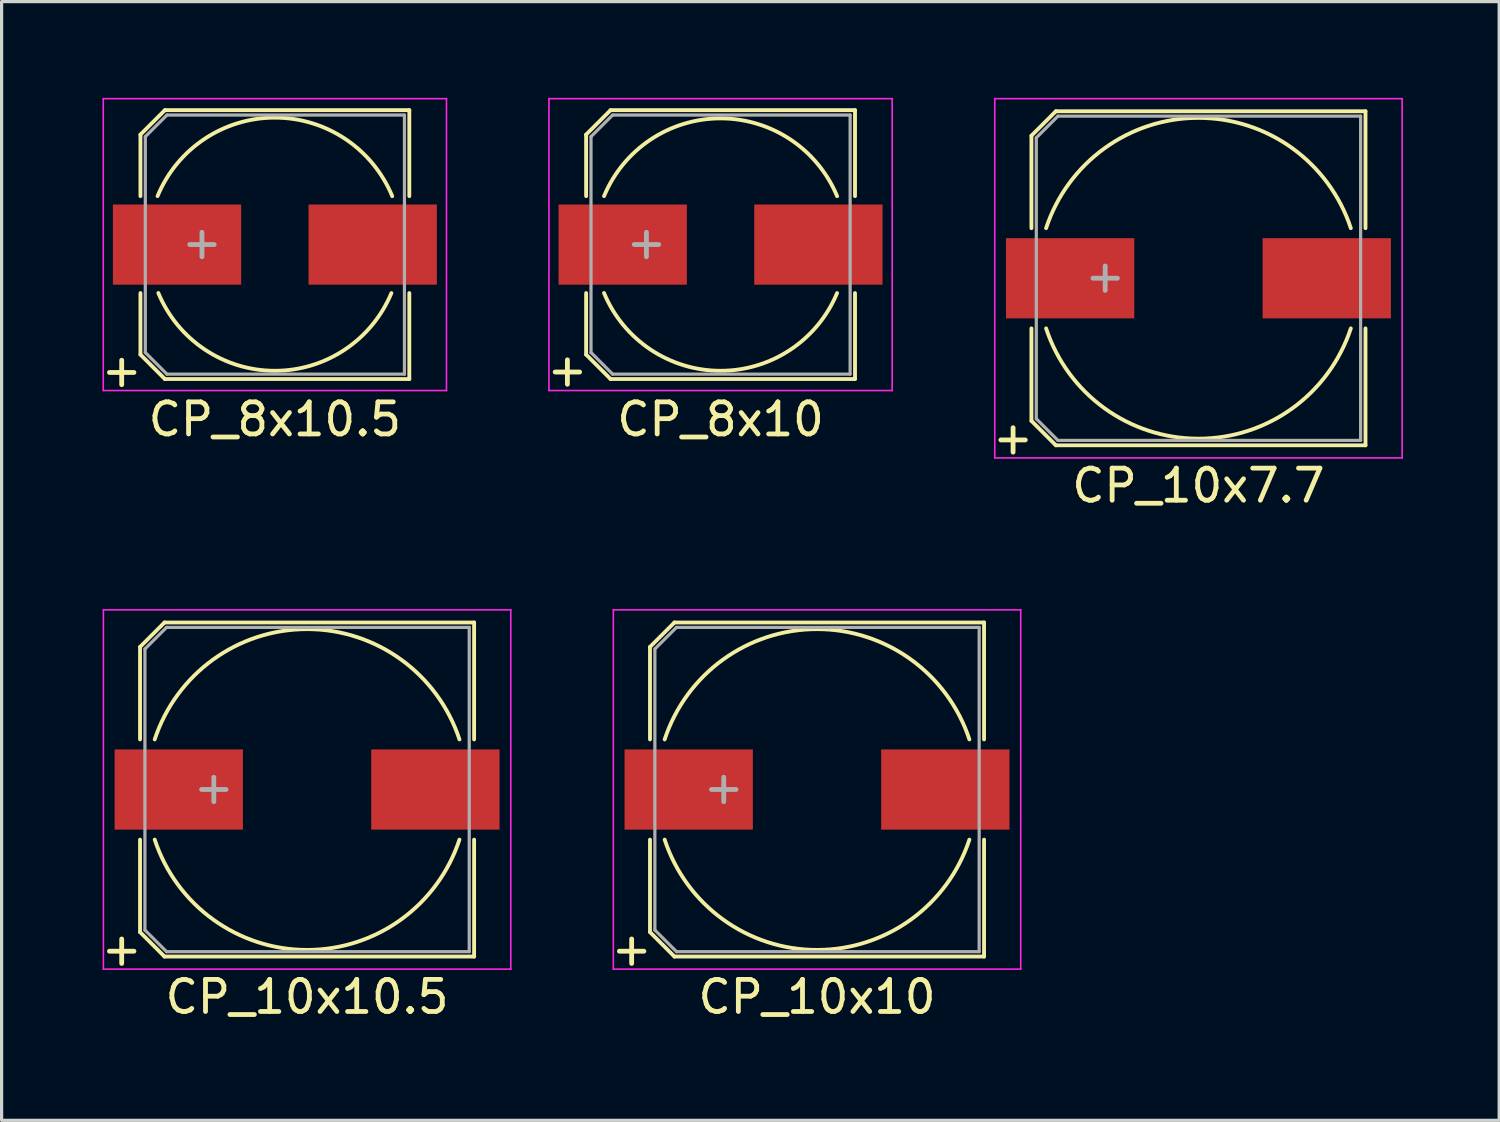
<source format=kicad_pcb>
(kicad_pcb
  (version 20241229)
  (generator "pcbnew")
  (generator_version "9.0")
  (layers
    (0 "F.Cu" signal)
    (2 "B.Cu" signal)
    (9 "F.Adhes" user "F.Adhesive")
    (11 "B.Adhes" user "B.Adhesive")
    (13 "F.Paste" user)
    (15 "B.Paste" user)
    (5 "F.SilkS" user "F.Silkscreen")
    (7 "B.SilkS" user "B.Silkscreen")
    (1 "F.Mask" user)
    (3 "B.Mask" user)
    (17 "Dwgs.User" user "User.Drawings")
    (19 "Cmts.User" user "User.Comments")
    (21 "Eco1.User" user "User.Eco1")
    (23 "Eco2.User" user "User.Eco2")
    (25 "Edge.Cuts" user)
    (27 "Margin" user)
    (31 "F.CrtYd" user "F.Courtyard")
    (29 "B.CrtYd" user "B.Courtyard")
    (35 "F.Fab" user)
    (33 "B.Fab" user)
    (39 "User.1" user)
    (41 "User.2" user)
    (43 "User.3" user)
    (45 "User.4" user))
  (footprint "CP_10x10.5"
    (layer "F.Cu")
    (at 6.523 21.563)
    (property "Reference" "CP_10x10.5" (at 0 6.464 0) (layer "F.SilkS") (effects (font (size 1 1) (thickness 0.15))))
    (attr smd)
    (fp_line (start -5.207 -4.445) (end -5.207 -1.562) (stroke (width 0.12) (type solid)) (layer "F.SilkS"))
    (fp_line (start -5.207 -4.445) (end -4.445 -5.207) (stroke (width 0.12) (type solid)) (layer "F.SilkS"))
    (fp_line (start -5.207 4.445) (end -5.207 1.562) (stroke (width 0.12) (type solid)) (layer "F.SilkS"))
    (fp_line (start -4.445 -5.207) (end 5.207 -5.207) (stroke (width 0.12) (type solid)) (layer "F.SilkS"))
    (fp_line (start -4.445 5.207) (end -5.207 4.445) (stroke (width 0.12) (type solid)) (layer "F.SilkS"))
    (fp_line (start 5.207 -5.207) (end 5.207 -1.562) (stroke (width 0.12) (type solid)) (layer "F.SilkS"))
    (fp_line (start 5.207 5.207) (end -4.445 5.207) (stroke (width 0.12) (type solid)) (layer "F.SilkS"))
    (fp_line (start 5.207 5.207) (end 5.207 1.562) (stroke (width 0.12) (type solid)) (layer "F.SilkS"))
    (fp_arc (start -4.7498 -1.5621) (mid 0 -5.000076) (end 4.7498 -1.5621) (stroke (width 0.12) (type solid)) (layer "F.SilkS"))
    (fp_arc (start 4.7498 1.5621) (mid 0 5.000076) (end -4.7498 1.5621) (stroke (width 0.12) (type solid)) (layer "F.SilkS"))
    (fp_line (start -6.35 -5.6) (end -6.35 5.6) (stroke (width 0.05) (type solid)) (layer "F.CrtYd"))
    (fp_line (start -6.35 5.6) (end 6.35 5.6) (stroke (width 0.05) (type solid)) (layer "F.CrtYd"))
    (fp_line (start 6.35 -5.6) (end -6.35 -5.6) (stroke (width 0.05) (type solid)) (layer "F.CrtYd"))
    (fp_line (start 6.35 5.6) (end 6.35 -5.6) (stroke (width 0.05) (type solid)) (layer "F.CrtYd"))
    (fp_line (start -5.055 -4.381) (end -5.055 4.381) (stroke (width 0.1) (type solid)) (layer "F.Fab"))
    (fp_line (start -5.055 4.381) (end -4.381 5.055) (stroke (width 0.1) (type solid)) (layer "F.Fab"))
    (fp_line (start -4.381 -5.055) (end -5.055 -4.381) (stroke (width 0.1) (type solid)) (layer "F.Fab"))
    (fp_line (start -4.381 5.055) (end 5.055 5.055) (stroke (width 0.1) (type solid)) (layer "F.Fab"))
    (fp_line (start 5.055 -5.055) (end -4.381 -5.055) (stroke (width 0.1) (type solid)) (layer "F.Fab"))
    (fp_line (start 5.055 5.055) (end 5.055 -5.055) (stroke (width 0.1) (type solid)) (layer "F.Fab"))
    (fp_text user "+" (at -5.779 4.966 0) (layer "F.SilkS") (effects (font (size 1 1) (thickness 0.15))))
    (fp_text user "+" (at -2.908 -0.076 0) (layer "F.Fab") (effects (font (size 1 1) (thickness 0.15))))
    (pad "1" smd rect (at -4 0 180) (size 4 2.5) (layers "F.Cu" "F.Mask" "F.Paste"))
    (pad "2" smd rect (at 4 0 180) (size 4 2.5) (layers "F.Cu" "F.Mask" "F.Paste")))
  (footprint "CP_8x10.5"
    (layer "F.Cu")
    (at 5.519 4.575)
    (property "Reference" "CP_8x10.5" (at 0 5.448 0) (layer "F.SilkS") (effects (font (size 1 1) (thickness 0.15))))
    (attr smd)
    (fp_line (start -4.191 -3.429) (end -4.191 -1.511) (stroke (width 0.12) (type solid)) (layer "F.SilkS"))
    (fp_line (start -4.191 -3.429) (end -3.429 -4.191) (stroke (width 0.12) (type solid)) (layer "F.SilkS"))
    (fp_line (start -4.191 3.429) (end -4.191 1.511) (stroke (width 0.12) (type solid)) (layer "F.SilkS"))
    (fp_line (start -3.429 -4.191) (end 4.191 -4.191) (stroke (width 0.12) (type solid)) (layer "F.SilkS"))
    (fp_line (start -3.429 4.191) (end -4.191 3.429) (stroke (width 0.12) (type solid)) (layer "F.SilkS"))
    (fp_line (start 4.191 -4.191) (end 4.191 -1.511) (stroke (width 0.12) (type solid)) (layer "F.SilkS"))
    (fp_line (start 4.191 4.191) (end -3.429 4.191) (stroke (width 0.12) (type solid)) (layer "F.SilkS"))
    (fp_line (start 4.191 4.191) (end 4.191 1.511) (stroke (width 0.12) (type solid)) (layer "F.SilkS"))
    (fp_arc (start -3.6576 -1.5113) (mid 0.001026 -3.957533) (end 3.658383 -1.509403) (stroke (width 0.12) (type solid)) (layer "F.SilkS"))
    (fp_arc (start 3.6322 1.5113) (mid -0.001441 3.934069) (end -3.633306 1.508639) (stroke (width 0.12) (type solid)) (layer "F.SilkS"))
    (fp_line (start -5.35 -4.55) (end -5.35 4.55) (stroke (width 0.05) (type solid)) (layer "F.CrtYd"))
    (fp_line (start -5.35 4.55) (end 5.35 4.55) (stroke (width 0.05) (type solid)) (layer "F.CrtYd"))
    (fp_line (start 5.35 -4.55) (end -5.35 -4.55) (stroke (width 0.05) (type solid)) (layer "F.CrtYd"))
    (fp_line (start 5.35 4.55) (end 5.35 -4.55) (stroke (width 0.05) (type solid)) (layer "F.CrtYd"))
    (fp_line (start -4.039 -3.365) (end -4.039 3.365) (stroke (width 0.1) (type solid)) (layer "F.Fab"))
    (fp_line (start -4.039 3.365) (end -3.365 4.039) (stroke (width 0.1) (type solid)) (layer "F.Fab"))
    (fp_line (start -3.365 -4.039) (end -4.039 -3.365) (stroke (width 0.1) (type solid)) (layer "F.Fab"))
    (fp_line (start -3.365 4.039) (end 4.039 4.039) (stroke (width 0.1) (type solid)) (layer "F.Fab"))
    (fp_line (start 4.039 -4.039) (end -3.365 -4.039) (stroke (width 0.1) (type solid)) (layer "F.Fab"))
    (fp_line (start 4.039 4.039) (end 4.039 -4.039) (stroke (width 0.1) (type solid)) (layer "F.Fab"))
    (fp_text user "+" (at -4.775 3.912 0) (layer "F.SilkS") (effects (font (size 1 1) (thickness 0.15))))
    (fp_text user "+" (at -2.273 -0.076 0) (layer "F.Fab") (effects (font (size 1 1) (thickness 0.15))))
    (pad "1" smd rect (at -3.05 0 180) (size 4 2.5) (layers "F.Cu" "F.Mask" "F.Paste"))
    (pad "2" smd rect (at 3.05 0 180) (size 4 2.5) (layers "F.Cu" "F.Mask" "F.Paste")))
  (footprint "CP_10x10"
    (layer "F.Cu")
    (at 22.42 21.563)
    (property "Reference" "CP_10x10" (at 0 6.464 0) (layer "F.SilkS") (effects (font (size 1 1) (thickness 0.15))))
    (attr smd)
    (fp_line (start -5.207 -4.445) (end -5.207 -1.562) (stroke (width 0.12) (type solid)) (layer "F.SilkS"))
    (fp_line (start -5.207 -4.445) (end -4.445 -5.207) (stroke (width 0.12) (type solid)) (layer "F.SilkS"))
    (fp_line (start -5.207 4.445) (end -5.207 1.562) (stroke (width 0.12) (type solid)) (layer "F.SilkS"))
    (fp_line (start -4.445 -5.207) (end 5.207 -5.207) (stroke (width 0.12) (type solid)) (layer "F.SilkS"))
    (fp_line (start -4.445 5.207) (end -5.207 4.445) (stroke (width 0.12) (type solid)) (layer "F.SilkS"))
    (fp_line (start 5.207 -5.207) (end 5.207 -1.562) (stroke (width 0.12) (type solid)) (layer "F.SilkS"))
    (fp_line (start 5.207 5.207) (end -4.445 5.207) (stroke (width 0.12) (type solid)) (layer "F.SilkS"))
    (fp_line (start 5.207 5.207) (end 5.207 1.562) (stroke (width 0.12) (type solid)) (layer "F.SilkS"))
    (fp_arc (start -4.7498 -1.5621) (mid 0 -5.000076) (end 4.7498 -1.5621) (stroke (width 0.12) (type solid)) (layer "F.SilkS"))
    (fp_arc (start 4.7498 1.5621) (mid 0 5.000076) (end -4.7498 1.5621) (stroke (width 0.12) (type solid)) (layer "F.SilkS"))
    (fp_line (start -6.35 -5.6) (end -6.35 5.6) (stroke (width 0.05) (type solid)) (layer "F.CrtYd"))
    (fp_line (start -6.35 5.6) (end 6.35 5.6) (stroke (width 0.05) (type solid)) (layer "F.CrtYd"))
    (fp_line (start 6.35 -5.6) (end -6.35 -5.6) (stroke (width 0.05) (type solid)) (layer "F.CrtYd"))
    (fp_line (start 6.35 5.6) (end 6.35 -5.6) (stroke (width 0.05) (type solid)) (layer "F.CrtYd"))
    (fp_line (start -5.055 -4.381) (end -5.055 4.381) (stroke (width 0.1) (type solid)) (layer "F.Fab"))
    (fp_line (start -5.055 4.381) (end -4.381 5.055) (stroke (width 0.1) (type solid)) (layer "F.Fab"))
    (fp_line (start -4.381 -5.055) (end -5.055 -4.381) (stroke (width 0.1) (type solid)) (layer "F.Fab"))
    (fp_line (start -4.381 5.055) (end 5.055 5.055) (stroke (width 0.1) (type solid)) (layer "F.Fab"))
    (fp_line (start 5.055 -5.055) (end -4.381 -5.055) (stroke (width 0.1) (type solid)) (layer "F.Fab"))
    (fp_line (start 5.055 5.055) (end 5.055 -5.055) (stroke (width 0.1) (type solid)) (layer "F.Fab"))
    (fp_text user "+" (at -5.779 4.966 0) (layer "F.SilkS") (effects (font (size 1 1) (thickness 0.15))))
    (fp_text user "+" (at -2.908 -0.076 0) (layer "F.Fab") (effects (font (size 1 1) (thickness 0.15))))
    (pad "1" smd rect (at -4 0 180) (size 4 2.5) (layers "F.Cu" "F.Mask" "F.Paste"))
    (pad "2" smd rect (at 4 0 180) (size 4 2.5) (layers "F.Cu" "F.Mask" "F.Paste")))
  (footprint "CP_10x7.7"
    (layer "F.Cu")
    (at 34.311 5.625)
    (property "Reference" "CP_10x7.7" (at 0 6.464 0) (layer "F.SilkS") (effects (font (size 1 1) (thickness 0.15))))
    (attr smd)
    (fp_line (start -5.207 -4.445) (end -5.207 -1.562) (stroke (width 0.12) (type solid)) (layer "F.SilkS"))
    (fp_line (start -5.207 -4.445) (end -4.445 -5.207) (stroke (width 0.12) (type solid)) (layer "F.SilkS"))
    (fp_line (start -5.207 4.445) (end -5.207 1.562) (stroke (width 0.12) (type solid)) (layer "F.SilkS"))
    (fp_line (start -4.445 -5.207) (end 5.207 -5.207) (stroke (width 0.12) (type solid)) (layer "F.SilkS"))
    (fp_line (start -4.445 5.207) (end -5.207 4.445) (stroke (width 0.12) (type solid)) (layer "F.SilkS"))
    (fp_line (start 5.207 -5.207) (end 5.207 -1.562) (stroke (width 0.12) (type solid)) (layer "F.SilkS"))
    (fp_line (start 5.207 5.207) (end -4.445 5.207) (stroke (width 0.12) (type solid)) (layer "F.SilkS"))
    (fp_line (start 5.207 5.207) (end 5.207 1.562) (stroke (width 0.12) (type solid)) (layer "F.SilkS"))
    (fp_arc (start -4.7498 -1.5621) (mid 0 -5.000076) (end 4.7498 -1.5621) (stroke (width 0.12) (type solid)) (layer "F.SilkS"))
    (fp_arc (start 4.7498 1.5621) (mid 0 5.000076) (end -4.7498 1.5621) (stroke (width 0.12) (type solid)) (layer "F.SilkS"))
    (fp_line (start -6.35 -5.6) (end -6.35 5.6) (stroke (width 0.05) (type solid)) (layer "F.CrtYd"))
    (fp_line (start -6.35 5.6) (end 6.35 5.6) (stroke (width 0.05) (type solid)) (layer "F.CrtYd"))
    (fp_line (start 6.35 -5.6) (end -6.35 -5.6) (stroke (width 0.05) (type solid)) (layer "F.CrtYd"))
    (fp_line (start 6.35 5.6) (end 6.35 -5.6) (stroke (width 0.05) (type solid)) (layer "F.CrtYd"))
    (fp_line (start -5.055 -4.381) (end -5.055 4.381) (stroke (width 0.1) (type solid)) (layer "F.Fab"))
    (fp_line (start -5.055 4.381) (end -4.381 5.055) (stroke (width 0.1) (type solid)) (layer "F.Fab"))
    (fp_line (start -4.381 -5.055) (end -5.055 -4.381) (stroke (width 0.1) (type solid)) (layer "F.Fab"))
    (fp_line (start -4.381 5.055) (end 5.055 5.055) (stroke (width 0.1) (type solid)) (layer "F.Fab"))
    (fp_line (start 5.055 -5.055) (end -4.381 -5.055) (stroke (width 0.1) (type solid)) (layer "F.Fab"))
    (fp_line (start 5.055 5.055) (end 5.055 -5.055) (stroke (width 0.1) (type solid)) (layer "F.Fab"))
    (fp_text user "+" (at -5.779 4.966 0) (layer "F.SilkS") (effects (font (size 1 1) (thickness 0.15))))
    (fp_text user "+" (at -2.908 -0.076 0) (layer "F.Fab") (effects (font (size 1 1) (thickness 0.15))))
    (pad "1" smd rect (at -4 0 180) (size 4 2.5) (layers "F.Cu" "F.Mask" "F.Paste"))
    (pad "2" smd rect (at 4 0 180) (size 4 2.5) (layers "F.Cu" "F.Mask" "F.Paste")))
  (footprint "CP_8x10"
    (layer "F.Cu")
    (at 19.413 4.575)
    (property "Reference" "CP_8x10" (at 0 5.448 0) (layer "F.SilkS") (effects (font (size 1 1) (thickness 0.15))))
    (attr smd)
    (fp_line (start -4.191 -3.429) (end -4.191 -1.511) (stroke (width 0.12) (type solid)) (layer "F.SilkS"))
    (fp_line (start -4.191 -3.429) (end -3.429 -4.191) (stroke (width 0.12) (type solid)) (layer "F.SilkS"))
    (fp_line (start -4.191 3.429) (end -4.191 1.511) (stroke (width 0.12) (type solid)) (layer "F.SilkS"))
    (fp_line (start -3.429 -4.191) (end 4.191 -4.191) (stroke (width 0.12) (type solid)) (layer "F.SilkS"))
    (fp_line (start -3.429 4.191) (end -4.191 3.429) (stroke (width 0.12) (type solid)) (layer "F.SilkS"))
    (fp_line (start 4.191 -4.191) (end 4.191 -1.511) (stroke (width 0.12) (type solid)) (layer "F.SilkS"))
    (fp_line (start 4.191 4.191) (end -3.429 4.191) (stroke (width 0.12) (type solid)) (layer "F.SilkS"))
    (fp_line (start 4.191 4.191) (end 4.191 1.511) (stroke (width 0.12) (type solid)) (layer "F.SilkS"))
    (fp_arc (start -3.6322 -1.5113) (mid 0.000991 -3.93407) (end 3.632961 -1.50947) (stroke (width 0.12) (type solid)) (layer "F.SilkS"))
    (fp_arc (start 3.6322 1.5113) (mid -0.001441 3.934069) (end -3.633306 1.508639) (stroke (width 0.12) (type solid)) (layer "F.SilkS"))
    (fp_line (start -5.35 -4.55) (end -5.35 4.55) (stroke (width 0.05) (type solid)) (layer "F.CrtYd"))
    (fp_line (start -5.35 4.55) (end 5.35 4.55) (stroke (width 0.05) (type solid)) (layer "F.CrtYd"))
    (fp_line (start 5.35 -4.55) (end -5.35 -4.55) (stroke (width 0.05) (type solid)) (layer "F.CrtYd"))
    (fp_line (start 5.35 4.55) (end 5.35 -4.55) (stroke (width 0.05) (type solid)) (layer "F.CrtYd"))
    (fp_line (start -4.039 -3.365) (end -4.039 3.365) (stroke (width 0.1) (type solid)) (layer "F.Fab"))
    (fp_line (start -4.039 3.365) (end -3.365 4.039) (stroke (width 0.1) (type solid)) (layer "F.Fab"))
    (fp_line (start -3.365 -4.039) (end -4.039 -3.365) (stroke (width 0.1) (type solid)) (layer "F.Fab"))
    (fp_line (start -3.365 4.039) (end 4.039 4.039) (stroke (width 0.1) (type solid)) (layer "F.Fab"))
    (fp_line (start 4.039 -4.039) (end -3.365 -4.039) (stroke (width 0.1) (type solid)) (layer "F.Fab"))
    (fp_line (start 4.039 4.039) (end 4.039 -4.039) (stroke (width 0.1) (type solid)) (layer "F.Fab"))
    (fp_text user "+" (at -4.775 3.899 0) (layer "F.SilkS") (effects (font (size 1 1) (thickness 0.15))))
    (fp_text user "+" (at -2.311 -0.076 0) (layer "F.Fab") (effects (font (size 1 1) (thickness 0.15))))
    (pad "1" smd rect (at -3.05 0 180) (size 4 2.5) (layers "F.Cu" "F.Mask" "F.Paste"))
    (pad "2" smd rect (at 3.05 0 180) (size 4 2.5) (layers "F.Cu" "F.Mask" "F.Paste")))
  (gr_rect
    (start -3 -3)
    (end 43.686 31.875)
    (stroke (width 0.1) (type default))
    (fill no)
    (layer "Edge.Cuts")))
</source>
